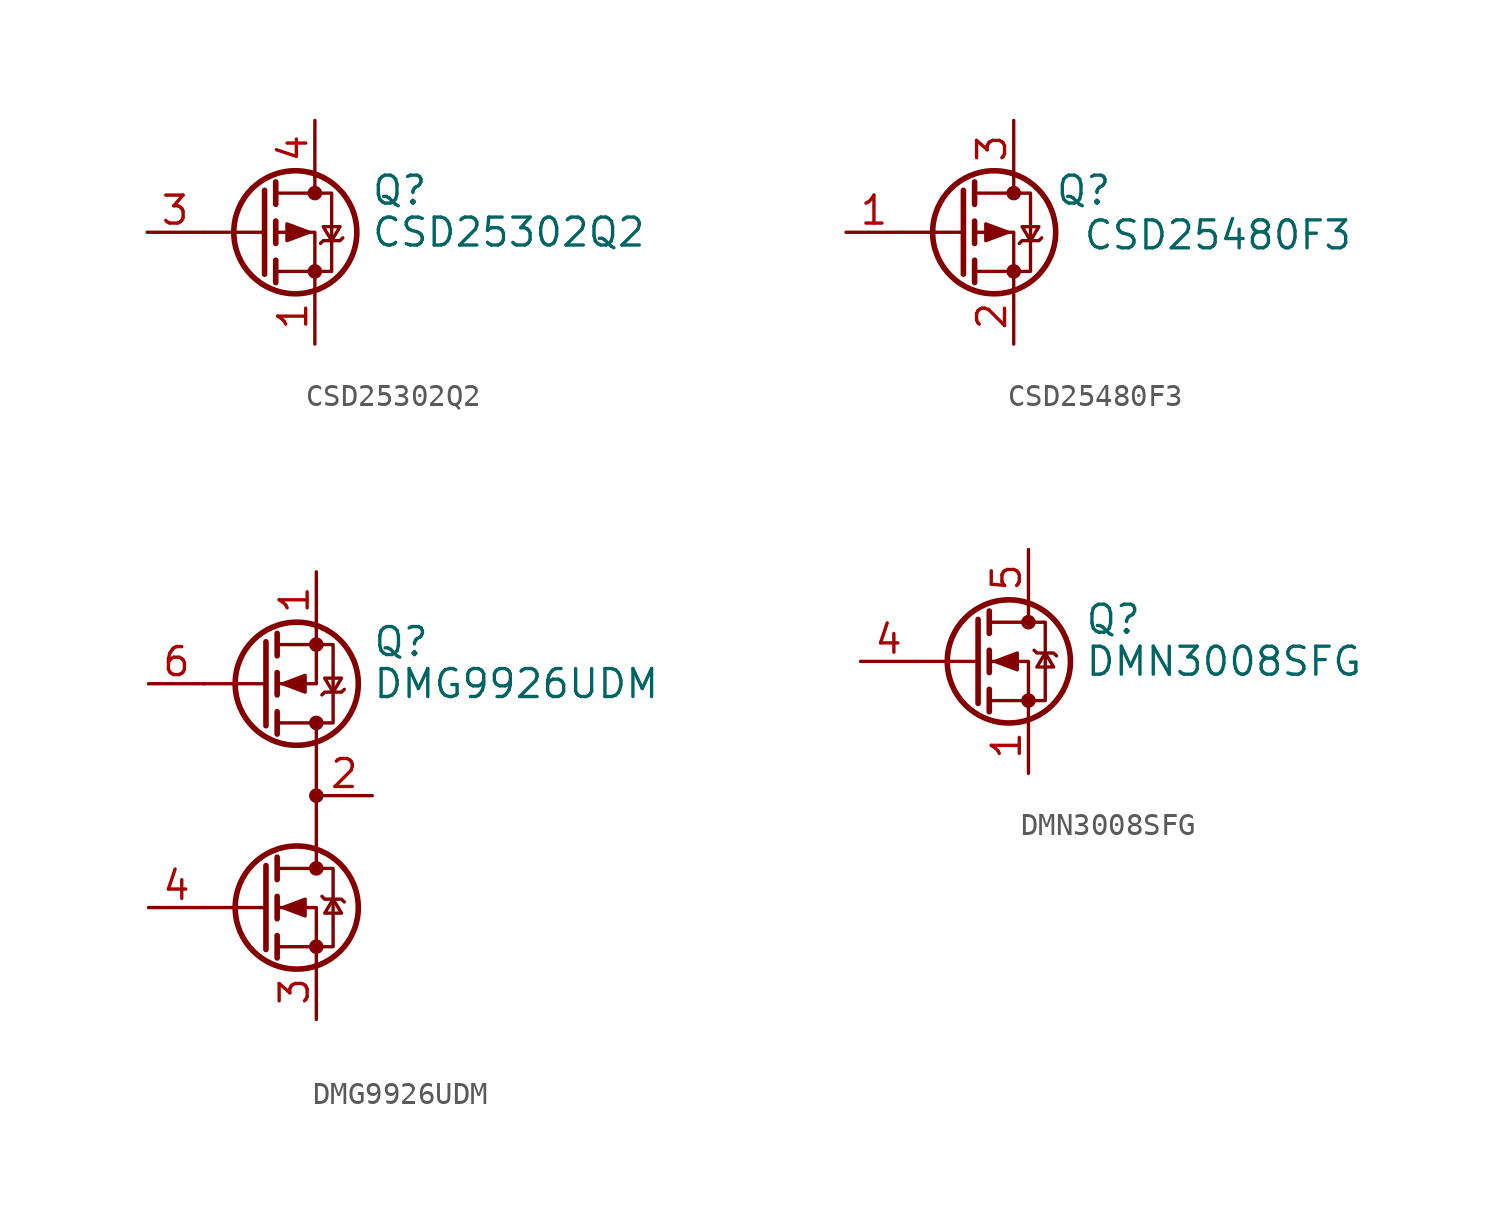
<source format=kicad_sym>
(kicad_symbol_lib
  (version 20241209)
  (generator "kicad_symbol_editor")
  (generator_version "9.0")
  (symbol "CSD25302Q2"
    (pin_names
      (hide yes))
    (property "Reference" "Q"
      (at 5.08 1.905 0)
      (effects (font (size 1.27 1.27)) (justify left)))
    (property "Value" "CSD25302Q2"
      (at 5.08 0 0)
      (effects (font (size 1.27 1.27)) (justify left)))
    (symbol "CSD25302Q2_0_1"
      (polyline (pts (xy 0.254 1.905) (xy 0.254 -1.905)) (stroke (width 0.254) (type default)) (fill (type none)))
      (polyline (pts (xy 0.254 0) (xy -2.54 0)) (stroke (width 0) (type default)) (fill (type none)))
      (polyline (pts (xy 0.762 2.286) (xy 0.762 1.27)) (stroke (width 0.254) (type default)) (fill (type none)))
      (polyline (pts (xy 0.762 1.778) (xy 3.302 1.778) (xy 3.302 -1.778) (xy 0.762 -1.778)) (stroke (width 0) (type default)) (fill (type none)))
      (polyline (pts (xy 0.762 0.508) (xy 0.762 -0.508)) (stroke (width 0.254) (type default)) (fill (type none)))
      (polyline (pts (xy 0.762 -1.27) (xy 0.762 -2.286)) (stroke (width 0.254) (type default)) (fill (type none)))
      (circle (center 1.651 0) (radius 2.794) (stroke (width 0.254) (type default)) (fill (type none)))
      (polyline (pts (xy 2.286 0) (xy 1.27 0.381) (xy 1.27 -0.381) (xy 2.286 0)) (stroke (width 0) (type default)) (fill (type outline)))
      (polyline (pts (xy 2.54 2.54) (xy 2.54 1.778)) (stroke (width 0) (type default)) (fill (type none)))
      (circle (center 2.54 1.778) (radius 0.254) (stroke (width 0) (type default)) (fill (type outline)))
      (circle (center 2.54 -1.778) (radius 0.254) (stroke (width 0) (type default)) (fill (type outline)))
      (polyline (pts (xy 2.54 -2.54) (xy 2.54 0) (xy 0.762 0)) (stroke (width 0) (type default)) (fill (type none)))
      (polyline (pts (xy 2.794 -0.508) (xy 2.921 -0.381) (xy 3.683 -0.381) (xy 3.81 -0.254)) (stroke (width 0) (type default)) (fill (type none)))
      (polyline (pts (xy 3.302 -0.381) (xy 2.921 0.254) (xy 3.683 0.254) (xy 3.302 -0.381)) (stroke (width 0) (type default)) (fill (type none))))
    (symbol "CSD25302Q2_1_1"
      (pin passive line (at -5.08 0 0) (length 2.54) (name "G" (effects (font (size 1.27 1.27)))) (number "3" (effects (font (size 1.27 1.27)))))
      (pin passive line (at 2.54 5.08 270) (length 2.54) (name "D" (effects (font (size 1.27 1.27)))) (number "4" (effects (font (size 1.27 1.27)))))
      (pin passive line (at 2.54 5.08 270) (length 2.54) (hide yes) (name "D" (effects (font (size 1.27 1.27)))) (number "7" (effects (font (size 1.27 1.27)))))
      (pin passive line (at 2.54 -5.08 90) (length 2.54) (name "S" (effects (font (size 1.27 1.27)))) (number "1" (effects (font (size 1.27 1.27)))))
      (pin passive line (at 2.54 -5.08 90) (length 2.54) (hide yes) (name "S" (effects (font (size 1.27 1.27)))) (number "2" (effects (font (size 1.27 1.27)))))
      (pin passive line (at 2.54 -5.08 90) (length 2.54) (hide yes) (name "S" (effects (font (size 1.27 1.27)))) (number "5" (effects (font (size 1.27 1.27)))))
      (pin passive line (at 2.54 -5.08 90) (length 2.54) (hide yes) (name "S" (effects (font (size 1.27 1.27)))) (number "6" (effects (font (size 1.27 1.27)))))
      (pin passive line (at 2.54 -5.08 90) (length 2.54) (hide yes) (name "S" (effects (font (size 1.27 1.27)))) (number "8" (effects (font (size 1.27 1.27)))))))
  (symbol "CSD25480F3"
    (pin_names
      (hide yes))
    (property "Reference" "Q"
      (at 5.715 1.905 0)
      (effects (font (size 1.27 1.27))))
    (property "Value" "CSD25480F3"
      (at 11.811 -0.127 0)
      (effects (font (size 1.27 1.27))))
    (symbol "CSD25480F3_0_1"
      (polyline (pts (xy 0.254 1.905) (xy 0.254 -1.905)) (stroke (width 0.254) (type default)) (fill (type none)))
      (polyline (pts (xy 0.254 0) (xy -2.54 0)) (stroke (width 0) (type default)) (fill (type none)))
      (polyline (pts (xy 0.762 2.286) (xy 0.762 1.27)) (stroke (width 0.254) (type default)) (fill (type none)))
      (polyline (pts (xy 0.762 1.778) (xy 3.302 1.778) (xy 3.302 -1.778) (xy 0.762 -1.778)) (stroke (width 0) (type default)) (fill (type none)))
      (polyline (pts (xy 0.762 0.508) (xy 0.762 -0.508)) (stroke (width 0.254) (type default)) (fill (type none)))
      (polyline (pts (xy 0.762 -1.27) (xy 0.762 -2.286)) (stroke (width 0.254) (type default)) (fill (type none)))
      (circle (center 1.651 0) (radius 2.794) (stroke (width 0.254) (type default)) (fill (type none)))
      (polyline (pts (xy 2.286 0) (xy 1.27 0.381) (xy 1.27 -0.381) (xy 2.286 0)) (stroke (width 0) (type default)) (fill (type outline)))
      (polyline (pts (xy 2.54 2.54) (xy 2.54 1.778)) (stroke (width 0) (type default)) (fill (type none)))
      (circle (center 2.54 1.778) (radius 0.254) (stroke (width 0) (type default)) (fill (type outline)))
      (circle (center 2.54 -1.778) (radius 0.254) (stroke (width 0) (type default)) (fill (type outline)))
      (polyline (pts (xy 2.54 -2.54) (xy 2.54 0) (xy 0.762 0)) (stroke (width 0) (type default)) (fill (type none)))
      (polyline (pts (xy 2.794 -0.508) (xy 2.921 -0.381) (xy 3.683 -0.381) (xy 3.81 -0.254)) (stroke (width 0) (type default)) (fill (type none)))
      (polyline (pts (xy 3.302 -0.381) (xy 2.921 0.254) (xy 3.683 0.254) (xy 3.302 -0.381)) (stroke (width 0) (type default)) (fill (type none))))
    (symbol "CSD25480F3_1_1"
      (pin input line (at -5.08 0 0) (length 2.54) (name "G" (effects (font (size 1.27 1.27)))) (number "1" (effects (font (size 1.27 1.27)))))
      (pin passive line (at 2.54 5.08 270) (length 2.54) (name "D" (effects (font (size 1.27 1.27)))) (number "3" (effects (font (size 1.27 1.27)))))
      (pin passive line (at 2.54 -5.08 90) (length 2.54) (name "S" (effects (font (size 1.27 1.27)))) (number "2" (effects (font (size 1.27 1.27)))))))
  (symbol "DMG9926UDM"
    (pin_names
      (hide yes))
    (property "Reference" "Q"
      (at 2.54 6.985 0)
      (effects (font (size 1.27 1.27)) (justify left)))
    (property "Value" "DMG9926UDM"
      (at 2.54 5.08 0)
      (effects (font (size 1.27 1.27)) (justify left)))
    (symbol "DMG9926UDM_0_1"
      (polyline (pts (xy -2.286 5.08) (xy -5.08 5.08)) (stroke (width 0) (type default)) (fill (type none)))
      (polyline (pts (xy -2.286 3.175) (xy -2.286 6.985)) (stroke (width 0.254) (type default)) (fill (type none)))
      (polyline (pts (xy -1.778 6.858) (xy 0.762 6.858) (xy 0.762 3.302) (xy -1.778 3.302)) (stroke (width 0) (type default)) (fill (type none)))
      (polyline (pts (xy -1.778 6.35) (xy -1.778 7.366)) (stroke (width 0.254) (type default)) (fill (type none)))
      (polyline (pts (xy -1.778 4.572) (xy -1.778 5.588)) (stroke (width 0.254) (type default)) (fill (type none)))
      (polyline (pts (xy -1.778 2.794) (xy -1.778 3.81)) (stroke (width 0.254) (type default)) (fill (type none)))
      (polyline (pts (xy -1.524 5.08) (xy -0.508 4.699) (xy -0.508 5.461) (xy -1.524 5.08)) (stroke (width 0) (type default)) (fill (type outline)))
      (circle (center -0.889 5.08) (radius 2.794) (stroke (width 0.254) (type default)) (fill (type none)))
      (polyline (pts (xy 0 7.62) (xy 0 5.08) (xy -1.778 5.08)) (stroke (width 0) (type default)) (fill (type none)))
      (circle (center 0 6.858) (radius 0.254) (stroke (width 0) (type default)) (fill (type outline)))
      (circle (center 0 3.302) (radius 0.254) (stroke (width 0) (type default)) (fill (type outline)))
      (polyline (pts (xy 0 -3.302) (xy 0 3.302)) (stroke (width 0) (type default)) (fill (type none)))
      (polyline (pts (xy 0.254 4.572) (xy 0.381 4.699) (xy 1.143 4.699) (xy 1.27 4.826)) (stroke (width 0) (type default)) (fill (type none)))
      (polyline (pts (xy 0.762 4.699) (xy 0.381 5.334) (xy 1.143 5.334) (xy 0.762 4.699)) (stroke (width 0) (type default)) (fill (type none))))
    (symbol "DMG9926UDM_1_1"
      (polyline (pts (xy -2.286 -3.175) (xy -2.286 -6.985)) (stroke (width 0.254) (type default)) (fill (type none)))
      (polyline (pts (xy -2.286 -5.08) (xy -5.08 -5.08)) (stroke (width 0) (type default)) (fill (type none)))
      (polyline (pts (xy -1.778 -2.794) (xy -1.778 -3.81)) (stroke (width 0.254) (type default)) (fill (type none)))
      (polyline (pts (xy -1.778 -4.572) (xy -1.778 -5.588)) (stroke (width 0.254) (type default)) (fill (type none)))
      (polyline (pts (xy -1.778 -6.35) (xy -1.778 -7.366)) (stroke (width 0.254) (type default)) (fill (type none)))
      (polyline (pts (xy -1.778 -6.858) (xy 0.762 -6.858) (xy 0.762 -3.302) (xy -1.778 -3.302)) (stroke (width 0) (type default)) (fill (type none)))
      (polyline (pts (xy -1.524 -5.08) (xy -0.508 -4.699) (xy -0.508 -5.461) (xy -1.524 -5.08)) (stroke (width 0) (type default)) (fill (type outline)))
      (circle (center -0.889 -5.08) (radius 2.794) (stroke (width 0.254) (type default)) (fill (type none)))
      (circle (center 0 0) (radius 0.254) (stroke (width 0) (type default)) (fill (type outline)))
      (circle (center 0 -3.302) (radius 0.254) (stroke (width 0) (type default)) (fill (type outline)))
      (circle (center 0 -6.858) (radius 0.254) (stroke (width 0) (type default)) (fill (type outline)))
      (polyline (pts (xy 0 -7.62) (xy 0 -5.08) (xy -1.778 -5.08)) (stroke (width 0) (type default)) (fill (type none)))
      (polyline (pts (xy 0.254 -4.572) (xy 0.381 -4.699) (xy 1.143 -4.699) (xy 1.27 -4.826)) (stroke (width 0) (type default)) (fill (type none)))
      (polyline (pts (xy 0.762 -4.699) (xy 0.381 -5.334) (xy 1.143 -5.334) (xy 0.762 -4.699)) (stroke (width 0) (type default)) (fill (type none)))
      (pin input line (at -7.62 5.08 0) (length 2.54) (name "G1" (effects (font (size 1.27 1.27)))) (number "6" (effects (font (size 1.27 1.27)))))
      (pin input line (at -7.62 -5.08 0) (length 2.54) (name "G2" (effects (font (size 1.27 1.27)))) (number "4" (effects (font (size 1.27 1.27)))))
      (pin passive line (at 0 10.16 270) (length 2.54) (name "D1" (effects (font (size 1.27 1.27)))) (number "1" (effects (font (size 1.27 1.27)))))
      (pin passive line (at 0 -10.16 90) (length 2.54) (name "S2" (effects (font (size 1.27 1.27)))) (number "3" (effects (font (size 1.27 1.27)))))
      (pin passive line (at 2.54 0 180) (length 2.54) (name "S1/D2" (effects (font (size 1.27 1.27)))) (number "2" (effects (font (size 1.27 1.27)))))
      (pin passive line (at 2.54 0 180) (length 2.54) (hide yes) (name "S1/D2" (effects (font (size 1.27 1.27)))) (number "5" (effects (font (size 1.27 1.27)))))))
  (symbol "DMN3008SFG"
    (pin_names
      (hide yes))
    (property "Reference" "Q"
      (at 5.08 1.905 0)
      (effects (font (size 1.27 1.27)) (justify left)))
    (property "Value" "DMN3008SFG"
      (at 5.08 0 0)
      (effects (font (size 1.27 1.27)) (justify left)))
    (symbol "DMN3008SFG_0_1"
      (polyline (pts (xy -2.54 0) (xy 0.254 0)) (stroke (width 0) (type default)) (fill (type none)))
      (polyline (pts (xy 0.254 1.905) (xy 0.254 -1.905)) (stroke (width 0.254) (type default)) (fill (type none)))
      (polyline (pts (xy 0.762 2.286) (xy 0.762 1.27)) (stroke (width 0.254) (type default)) (fill (type none)))
      (polyline (pts (xy 0.762 0.508) (xy 0.762 -0.508)) (stroke (width 0.254) (type default)) (fill (type none)))
      (polyline (pts (xy 0.762 -1.27) (xy 0.762 -2.286)) (stroke (width 0.254) (type default)) (fill (type none)))
      (polyline (pts (xy 0.762 -1.778) (xy 3.302 -1.778) (xy 3.302 1.778) (xy 0.762 1.778)) (stroke (width 0) (type default)) (fill (type none)))
      (polyline (pts (xy 1.016 0) (xy 2.032 0.381) (xy 2.032 -0.381) (xy 1.016 0)) (stroke (width 0) (type default)) (fill (type outline)))
      (circle (center 1.651 0) (radius 2.794) (stroke (width 0.254) (type default)) (fill (type none)))
      (polyline (pts (xy 2.54 2.54) (xy 2.54 1.778)) (stroke (width 0) (type default)) (fill (type none)))
      (circle (center 2.54 1.778) (radius 0.254) (stroke (width 0) (type default)) (fill (type outline)))
      (circle (center 2.54 -1.778) (radius 0.254) (stroke (width 0) (type default)) (fill (type outline)))
      (polyline (pts (xy 2.54 -2.54) (xy 2.54 0) (xy 0.762 0)) (stroke (width 0) (type default)) (fill (type none)))
      (polyline (pts (xy 2.794 0.508) (xy 2.921 0.381) (xy 3.683 0.381) (xy 3.81 0.254)) (stroke (width 0) (type default)) (fill (type none)))
      (polyline (pts (xy 3.302 0.381) (xy 2.921 -0.254) (xy 3.683 -0.254) (xy 3.302 0.381)) (stroke (width 0) (type default)) (fill (type none))))
    (symbol "DMN3008SFG_1_1"
      (pin passive line (at -5.08 0 0) (length 2.54) (name "G" (effects (font (size 1.27 1.27)))) (number "4" (effects (font (size 1.27 1.27)))))
      (pin passive line (at 2.54 5.08 270) (length 2.54) (name "D" (effects (font (size 1.27 1.27)))) (number "5" (effects (font (size 1.27 1.27)))))
      (pin passive line (at 2.54 -5.08 90) (length 2.54) (name "S" (effects (font (size 1.27 1.27)))) (number "1" (effects (font (size 1.27 1.27)))))
      (pin passive line (at 2.54 -5.08 90) (length 2.54) (hide yes) (name "S" (effects (font (size 1.27 1.27)))) (number "2" (effects (font (size 1.27 1.27)))))
      (pin passive line (at 2.54 -5.08 90) (length 2.54) (hide yes) (name "S" (effects (font (size 1.27 1.27)))) (number "3" (effects (font (size 1.27 1.27))))))))
</source>
